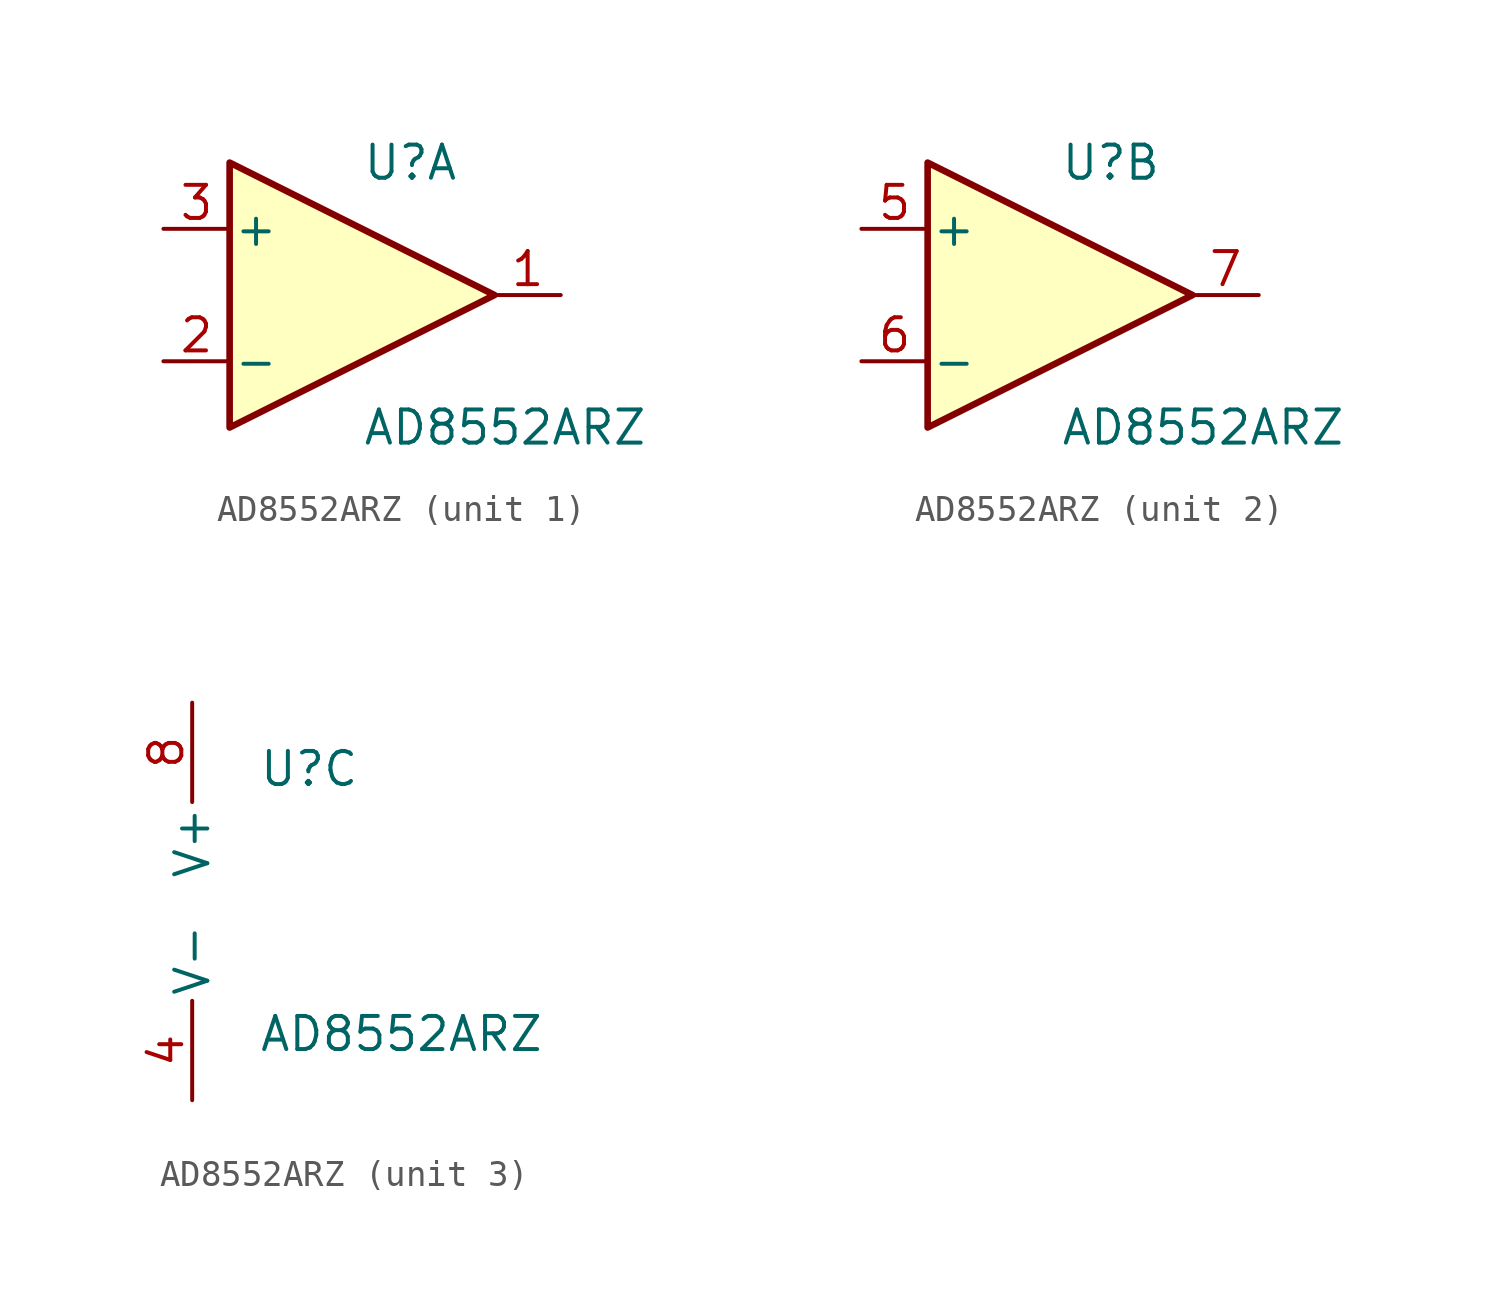
<source format=kicad_sym>
(kicad_symbol_lib
  (version 20231120)
  (generator "kicad_symbol_editor")
  (generator_version "8.0")
  (symbol "AD8552ARZ"
    (pin_names
      (offset 0.127))
    (property "Reference" "U"
      (at 0 5.08 0)
      (effects (font (size 1.27 1.27)) (justify left)))
    (property "Value" "AD8552ARZ"
      (at 0 -5.08 0)
      (effects (font (size 1.27 1.27)) (justify left)))
    (property "ki_locked" ""
      (at 0 0 0)
      (effects (font (size 1.27 1.27))))
    (symbol "AD8552ARZ_1_1"
      (polyline (pts (xy -5.08 5.08) (xy 5.08 0) (xy -5.08 -5.08) (xy -5.08 5.08)) (stroke (width 0.254) (type default)) (fill (type background)))
      (pin output line (at 7.62 0 180) (length 2.54) (name "~" (effects (font (size 1.27 1.27)))) (number "1" (effects (font (size 1.27 1.27)))))
      (pin input line (at -7.62 -2.54 0) (length 2.54) (name "-" (effects (font (size 1.27 1.27)))) (number "2" (effects (font (size 1.27 1.27)))))
      (pin input line (at -7.62 2.54 0) (length 2.54) (name "+" (effects (font (size 1.27 1.27)))) (number "3" (effects (font (size 1.27 1.27))))))
    (symbol "AD8552ARZ_2_1"
      (polyline (pts (xy -5.08 5.08) (xy 5.08 0) (xy -5.08 -5.08) (xy -5.08 5.08)) (stroke (width 0.254) (type default)) (fill (type background)))
      (pin input line (at -7.62 2.54 0) (length 2.54) (name "+" (effects (font (size 1.27 1.27)))) (number "5" (effects (font (size 1.27 1.27)))))
      (pin input line (at -7.62 -2.54 0) (length 2.54) (name "-" (effects (font (size 1.27 1.27)))) (number "6" (effects (font (size 1.27 1.27)))))
      (pin output line (at 7.62 0 180) (length 2.54) (name "~" (effects (font (size 1.27 1.27)))) (number "7" (effects (font (size 1.27 1.27))))))
    (symbol "AD8552ARZ_3_1"
      (pin power_in line (at -2.54 -7.62 90) (length 3.81) (name "V-" (effects (font (size 1.27 1.27)))) (number "4" (effects (font (size 1.27 1.27)))))
      (pin power_in line (at -2.54 7.62 270) (length 3.81) (name "V+" (effects (font (size 1.27 1.27)))) (number "8" (effects (font (size 1.27 1.27))))))))
</source>
